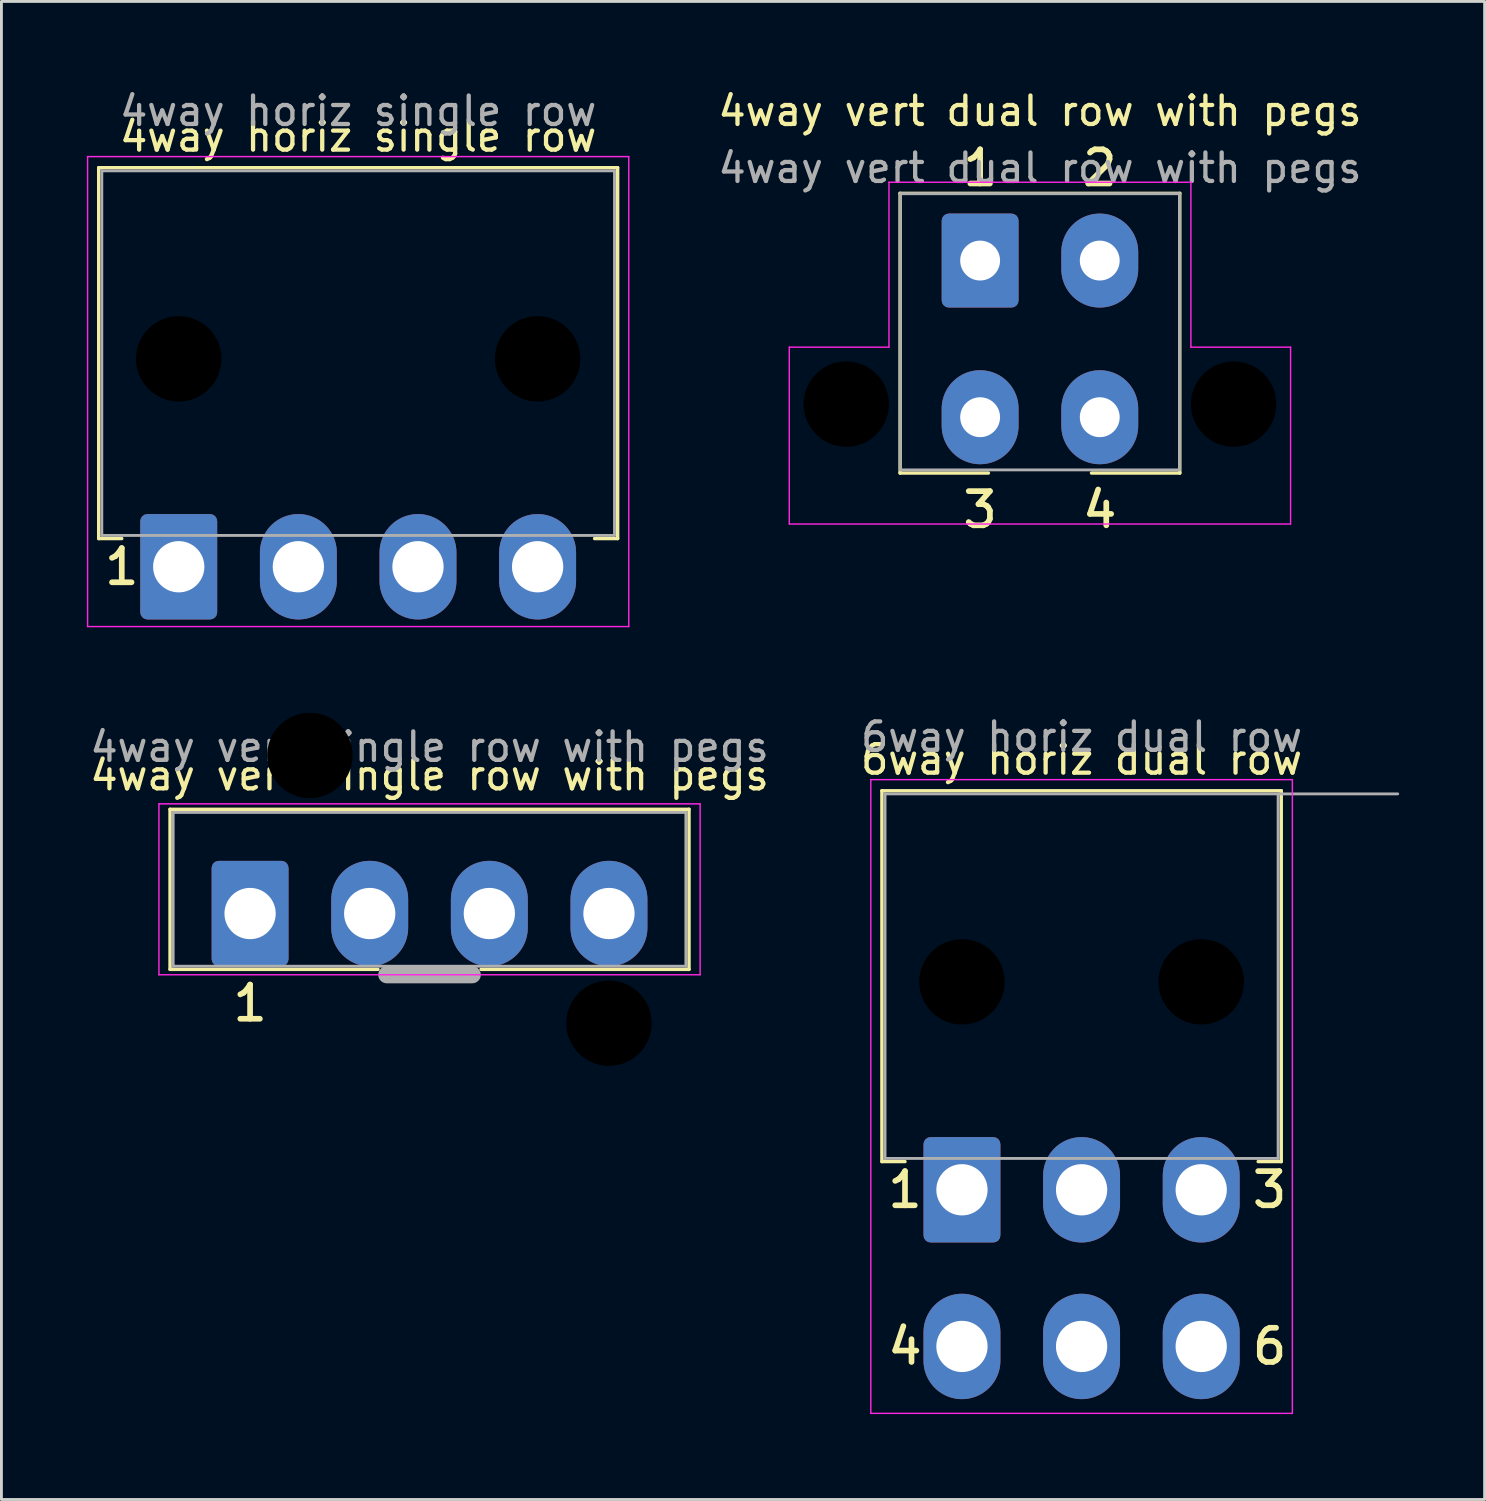
<source format=kicad_pcb>
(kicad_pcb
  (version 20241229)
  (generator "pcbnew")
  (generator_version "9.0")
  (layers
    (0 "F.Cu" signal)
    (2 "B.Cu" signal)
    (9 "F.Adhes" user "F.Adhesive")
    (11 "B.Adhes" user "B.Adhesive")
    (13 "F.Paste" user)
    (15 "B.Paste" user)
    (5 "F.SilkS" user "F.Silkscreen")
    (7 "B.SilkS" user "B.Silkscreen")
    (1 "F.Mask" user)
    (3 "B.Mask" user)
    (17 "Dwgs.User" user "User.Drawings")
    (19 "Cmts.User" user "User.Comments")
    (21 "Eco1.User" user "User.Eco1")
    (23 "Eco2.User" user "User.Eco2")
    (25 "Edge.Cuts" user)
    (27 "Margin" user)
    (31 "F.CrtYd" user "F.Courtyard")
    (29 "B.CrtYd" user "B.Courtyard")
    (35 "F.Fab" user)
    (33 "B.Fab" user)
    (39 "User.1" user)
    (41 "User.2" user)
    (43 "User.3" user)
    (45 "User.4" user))
  (footprint "4way horiz single row"
    (layer "F.Cu")
    (at 9.525 2.948)
    (property "Reference" "4way horiz single row" (at 0 -1.2 0) (layer "F.SilkS") (effects (font (size 1 1) (thickness 0.15))))
    (attr through_hole)
    (fp_line (start -9.11 -0.11) (end 9.11 -0.11) (stroke (width 0.12) (type solid)) (layer "F.SilkS"))
    (fp_line (start -9.11 12.91) (end -9.11 -0.11) (stroke (width 0.12) (type solid)) (layer "F.SilkS"))
    (fp_line (start -8.3 12.91) (end -9.11 12.91) (stroke (width 0.12) (type solid)) (layer "F.SilkS"))
    (fp_line (start 8.3 12.91) (end 9.11 12.91) (stroke (width 0.12) (type solid)) (layer "F.SilkS"))
    (fp_line (start 9.11 12.91) (end 9.11 -0.11) (stroke (width 0.12) (type solid)) (layer "F.SilkS"))
    (fp_line (start -9.5 -0.5) (end -9.5 16) (stroke (width 0.05) (type solid)) (layer "F.CrtYd"))
    (fp_line (start -9.5 16) (end 9.5 16) (stroke (width 0.05) (type solid)) (layer "F.CrtYd"))
    (fp_line (start 9.5 -0.5) (end -9.5 -0.5) (stroke (width 0.05) (type solid)) (layer "F.CrtYd"))
    (fp_line (start 9.5 16) (end 9.5 -0.5) (stroke (width 0.05) (type solid)) (layer "F.CrtYd"))
    (fp_line (start -9 0) (end -9 12.8) (stroke (width 0.1) (type solid)) (layer "F.Fab"))
    (fp_line (start -9 12.8) (end 9 12.8) (stroke (width 0.1) (type solid)) (layer "F.Fab"))
    (fp_line (start 9 0) (end -9 0) (stroke (width 0.1) (type solid)) (layer "F.Fab"))
    (fp_line (start 9 12.8) (end 9 0) (stroke (width 0.1) (type solid)) (layer "F.Fab"))
    (fp_text user "1" (at -8.3 13.9 0) (unlocked yes) (layer "F.SilkS") (effects (font (size 1.2 1.2) (thickness 0.2))))
    (fp_text user "${REFERENCE}" (at 0 -2.1 0) (layer "F.Fab") (effects (font (size 1 1) (thickness 0.15))))
    (pad "" np_thru_hole circle (at -6.3 6.6) (size 3 3) (drill 3) (layers "*.Mask"))
    (pad "" np_thru_hole circle (at 6.3 6.6) (size 3 3) (drill 3) (layers "*.Mask"))
    (pad "1" thru_hole roundrect (at -6.3 13.9) (size 2.7 3.7) (drill 1.8) (layers "*.Cu" "*.Mask") (roundrect_rratio 0.093))
    (pad "2" thru_hole oval (at -2.1 13.9) (size 2.7 3.7) (drill 1.8) (layers "*.Cu" "*.Mask"))
    (pad "3" thru_hole oval (at 2.1 13.9) (size 2.7 3.7) (drill 1.8) (layers "*.Cu" "*.Mask"))
    (pad "4" thru_hole oval (at 6.3 13.9) (size 2.7 3.7) (drill 1.8) (layers "*.Cu" "*.Mask")))
  (footprint "6way horiz dual row"
    (layer "F.Cu")
    (at 34.923 24.822)
    (property "Reference" "6way horiz dual row" (at 0 -1.2 0) (layer "F.SilkS") (effects (font (size 1 1) (thickness 0.15))))
    (attr through_hole)
    (fp_line (start -7.01 -0.11) (end 7.01 -0.11) (stroke (width 0.12) (type solid)) (layer "F.SilkS"))
    (fp_line (start -7.01 12.91) (end -7.01 -0.11) (stroke (width 0.12) (type solid)) (layer "F.SilkS"))
    (fp_line (start -6.2 12.91) (end -7.01 12.91) (stroke (width 0.12) (type solid)) (layer "F.SilkS"))
    (fp_line (start 6.2 12.91) (end 7.01 12.91) (stroke (width 0.12) (type solid)) (layer "F.SilkS"))
    (fp_line (start 7.01 12.91) (end 7.01 -0.11) (stroke (width 0.12) (type solid)) (layer "F.SilkS"))
    (fp_line (start -7.4 -0.5) (end -7.4 21.75) (stroke (width 0.05) (type solid)) (layer "F.CrtYd"))
    (fp_line (start -7.4 21.75) (end 7.4 21.75) (stroke (width 0.05) (type solid)) (layer "F.CrtYd"))
    (fp_line (start 7.4 -0.5) (end -7.4 -0.5) (stroke (width 0.05) (type solid)) (layer "F.CrtYd"))
    (fp_line (start 7.4 21.75) (end 7.4 -0.5) (stroke (width 0.05) (type solid)) (layer "F.CrtYd"))
    (fp_line (start -6.9 0) (end -6.9 12.8) (stroke (width 0.1) (type solid)) (layer "F.Fab"))
    (fp_line (start -6.9 12.8) (end 6.9 12.8) (stroke (width 0.1) (type solid)) (layer "F.Fab"))
    (fp_line (start 6.9 12.8) (end 6.9 0) (stroke (width 0.1) (type solid)) (layer "F.Fab"))
    (fp_line (start 11.1 0) (end -6.9 0) (stroke (width 0.1) (type solid)) (layer "F.Fab"))
    (fp_text user "1" (at -6.2 13.9 0) (unlocked yes) (layer "F.SilkS") (effects (font (size 1.2 1.2) (thickness 0.2))))
    (fp_text user "3" (at 6.6 13.9 0) (unlocked yes) (layer "F.SilkS") (effects (font (size 1.2 1.2) (thickness 0.2))))
    (fp_text user "4" (at -6.2 19.4 0) (unlocked yes) (layer "F.SilkS") (effects (font (size 1.2 1.2) (thickness 0.2))))
    (fp_text user "6" (at 6.6 19.4 0) (unlocked yes) (layer "F.SilkS") (effects (font (size 1.2 1.2) (thickness 0.2))))
    (fp_text user "${REFERENCE}" (at 0 -2 0) (layer "F.Fab") (effects (font (size 1 1) (thickness 0.15))))
    (pad "" np_thru_hole circle (at -4.2 6.6) (size 3 3) (drill 3) (layers "*.Mask"))
    (pad "" np_thru_hole circle (at 4.2 6.6) (size 3 3) (drill 3) (layers "*.Mask"))
    (pad "1" thru_hole roundrect (at -4.2 13.9) (size 2.7 3.7) (drill 1.8) (layers "*.Cu" "*.Mask") (roundrect_rratio 0.093))
    (pad "2" thru_hole oval (at 0 13.9) (size 2.7 3.7) (drill 1.8) (layers "*.Cu" "*.Mask"))
    (pad "3" thru_hole oval (at 4.2 13.9) (size 2.7 3.7) (drill 1.8) (layers "*.Cu" "*.Mask"))
    (pad "4" thru_hole oval (at -4.2 19.4) (size 2.7 3.7) (drill 1.8) (layers "*.Cu" "*.Mask"))
    (pad "5" thru_hole oval (at 0 19.4) (size 2.7 3.7) (drill 1.8) (layers "*.Cu" "*.Mask"))
    (pad "6" thru_hole oval (at 4.2 19.4) (size 2.7 3.7) (drill 1.8) (layers "*.Cu" "*.Mask")))
  (footprint "4way vert single row with pegs"
    (layer "F.Cu")
    (at 12.03 28.173)
    (property "Reference" "4way vert single row with pegs" (at 0 -4 0) (layer "F.SilkS") (effects (font (size 1 1) (thickness 0.15))))
    (attr through_hole)
    (fp_line (start -9.11 -2.81) (end 9.11 -2.81) (stroke (width 0.12) (type solid)) (layer "F.SilkS"))
    (fp_line (start -9.11 2.81) (end -9.11 -2.81) (stroke (width 0.12) (type solid)) (layer "F.SilkS"))
    (fp_line (start -9.11 2.81) (end -1.81 2.81) (stroke (width 0.12) (type solid)) (layer "F.SilkS"))
    (fp_line (start 1.81 2.81) (end 9.11 2.81) (stroke (width 0.12) (type solid)) (layer "F.SilkS"))
    (fp_line (start 9.11 2.81) (end 9.11 -2.81) (stroke (width 0.12) (type solid)) (layer "F.SilkS"))
    (fp_line (start -9.5 -3) (end -9.5 3) (stroke (width 0.05) (type solid)) (layer "F.CrtYd"))
    (fp_line (start -9.5 3) (end 9.5 3) (stroke (width 0.05) (type solid)) (layer "F.CrtYd"))
    (fp_line (start 9.5 -3) (end -9.5 -3) (stroke (width 0.05) (type solid)) (layer "F.CrtYd"))
    (fp_line (start 9.5 3) (end 9.5 -3) (stroke (width 0.05) (type solid)) (layer "F.CrtYd"))
    (fp_line (start -9 -2.7) (end -9 2.7) (stroke (width 0.1) (type solid)) (layer "F.Fab"))
    (fp_line (start -9 2.7) (end 9 2.7) (stroke (width 0.1) (type solid)) (layer "F.Fab"))
    (fp_line (start -1.5 3) (end 1.5 3) (stroke (width 0.6) (type solid)) (layer "F.Fab"))
    (fp_line (start 9 -2.7) (end -9 -2.7) (stroke (width 0.1) (type solid)) (layer "F.Fab"))
    (fp_line (start 9 2.7) (end 9 -2.7) (stroke (width 0.1) (type solid)) (layer "F.Fab"))
    (fp_text user "1" (at -6.3 4 0) (unlocked yes) (layer "F.SilkS") (effects (font (size 1.2 1.2) (thickness 0.2))))
    (fp_text user "${REFERENCE}" (at 0 -5 0) (layer "F.Fab") (effects (font (size 1 1) (thickness 0.15))))
    (pad "" np_thru_hole circle (at -4.2 -4.7) (size 3 3) (drill 3) (layers "*.Mask"))
    (pad "" np_thru_hole circle (at 6.3 4.7) (size 3 3) (drill 3) (layers "*.Mask"))
    (pad "1" thru_hole roundrect (at -6.3 0.85) (size 2.7 3.7) (drill 1.8) (layers "*.Cu" "*.Mask") (roundrect_rratio 0.093))
    (pad "2" thru_hole oval (at -2.1 0.85) (size 2.7 3.7) (drill 1.8) (layers "*.Cu" "*.Mask"))
    (pad "3" thru_hole oval (at 2.1 0.85) (size 2.7 3.7) (drill 1.8) (layers "*.Cu" "*.Mask"))
    (pad "4" thru_hole oval (at 6.3 0.85) (size 2.7 3.7) (drill 1.8) (layers "*.Cu" "*.Mask")))
  (footprint "4way vert dual row with pegs"
    (layer "F.Cu")
    (at 33.461 8.848)
    (property "Reference" "4way vert dual row with pegs" (at 0 -8 0) (layer "F.SilkS") (effects (font (size 1 1) (thickness 0.15))))
    (attr through_hole)
    (fp_line (start -4.91 -5.11) (end -4.91 4.71) (stroke (width 0.12) (type solid)) (layer "F.SilkS"))
    (fp_line (start -4.91 4.71) (end -1.81 4.71) (stroke (width 0.12) (type solid)) (layer "F.SilkS"))
    (fp_line (start 4.91 -5.11) (end -4.91 -5.11) (stroke (width 0.12) (type solid)) (layer "F.SilkS"))
    (fp_line (start 4.91 -5.11) (end 4.91 4.71) (stroke (width 0.12) (type solid)) (layer "F.SilkS"))
    (fp_line (start 4.91 4.71) (end 1.81 4.71) (stroke (width 0.12) (type solid)) (layer "F.SilkS"))
    (fp_line (start -8.8 0.29) (end -8.8 6.5) (stroke (width 0.05) (type solid)) (layer "F.CrtYd"))
    (fp_line (start -8.8 6.5) (end 8.8 6.5) (stroke (width 0.05) (type solid)) (layer "F.CrtYd"))
    (fp_line (start -5.3 -5.5) (end -5.3 0.29) (stroke (width 0.05) (type solid)) (layer "F.CrtYd"))
    (fp_line (start -5.3 0.29) (end -8.8 0.29) (stroke (width 0.05) (type solid)) (layer "F.CrtYd"))
    (fp_line (start 5.3 -5.5) (end -5.3 -5.5) (stroke (width 0.05) (type solid)) (layer "F.CrtYd"))
    (fp_line (start 5.3 0.29) (end 5.3 -5.5) (stroke (width 0.05) (type solid)) (layer "F.CrtYd"))
    (fp_line (start 8.8 0.29) (end 5.3 0.29) (stroke (width 0.05) (type solid)) (layer "F.CrtYd"))
    (fp_line (start 8.8 6.5) (end 8.8 0.29) (stroke (width 0.05) (type solid)) (layer "F.CrtYd"))
    (fp_rect (start -4.9 -5.1) (end 4.9 4.6) (stroke (width 0.1) (type solid)) (fill no) (layer "F.Fab"))
    (fp_text user "2" (at 2.1 -6 0) (unlocked yes) (layer "F.SilkS") (effects (font (size 1.2 1.2) (thickness 0.2))))
    (fp_text user "1" (at -2.1 -6 0) (unlocked yes) (layer "F.SilkS") (effects (font (size 1.2 1.2) (thickness 0.2))))
    (fp_text user "4" (at 2.1 6 0) (unlocked yes) (layer "F.SilkS") (effects (font (size 1.2 1.2) (thickness 0.2))))
    (fp_text user "3" (at -2.1 6 0) (unlocked yes) (layer "F.SilkS") (effects (font (size 1.2 1.2) (thickness 0.2))))
    (fp_text user "${REFERENCE}" (at 0 -6 0) (layer "F.Fab") (effects (font (size 1 1) (thickness 0.15))))
    (pad "" np_thru_hole circle (at -6.8 2.29) (size 3 3) (drill 3) (layers "*.Mask"))
    (pad "" np_thru_hole circle (at 6.8 2.29) (size 3 3) (drill 3) (layers "*.Mask"))
    (pad "1" thru_hole roundrect (at -2.1 -2.75) (size 2.7 3.3) (drill 1.4) (layers "*.Cu" "*.Mask") (roundrect_rratio 0.093))
    (pad "2" thru_hole oval (at 2.1 -2.75) (size 2.7 3.3) (drill 1.4) (layers "*.Cu" "*.Mask"))
    (pad "3" thru_hole oval (at -2.1 2.75) (size 2.7 3.3) (drill 1.4) (layers "*.Cu" "*.Mask"))
    (pad "4" thru_hole oval (at 2.1 2.75) (size 2.7 3.3) (drill 1.4) (layers "*.Cu" "*.Mask")))
  (gr_rect
    (start -3 -3)
    (end 49.073 49.596)
    (stroke (width 0.1) (type default))
    (fill no)
    (layer "Edge.Cuts")))
</source>
